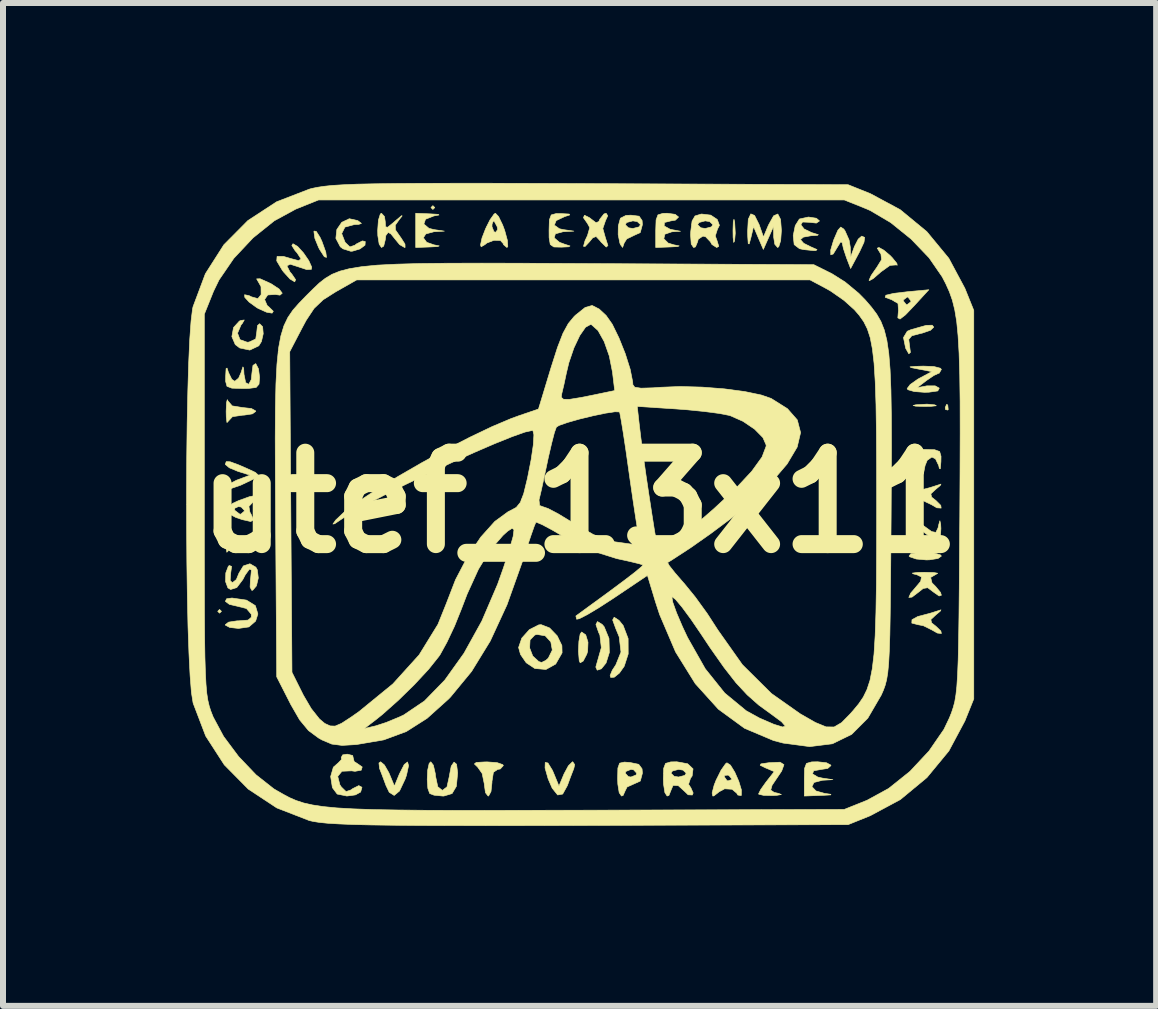
<source format=kicad_pcb>
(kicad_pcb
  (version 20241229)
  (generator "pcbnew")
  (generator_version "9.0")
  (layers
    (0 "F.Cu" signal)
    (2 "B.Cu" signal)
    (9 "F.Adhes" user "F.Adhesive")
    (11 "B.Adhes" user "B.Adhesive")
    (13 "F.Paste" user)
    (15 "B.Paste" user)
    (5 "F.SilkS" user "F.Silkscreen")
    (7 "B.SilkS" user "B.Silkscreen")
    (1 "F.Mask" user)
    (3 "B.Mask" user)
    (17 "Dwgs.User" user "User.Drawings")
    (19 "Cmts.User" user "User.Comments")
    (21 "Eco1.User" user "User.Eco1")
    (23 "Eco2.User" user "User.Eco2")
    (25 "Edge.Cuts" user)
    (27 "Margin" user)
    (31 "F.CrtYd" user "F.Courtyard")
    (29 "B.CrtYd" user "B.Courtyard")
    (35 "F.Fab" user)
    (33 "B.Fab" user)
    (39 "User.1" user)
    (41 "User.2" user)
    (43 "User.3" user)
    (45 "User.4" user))
  (footprint "utef_13x11"
    (layer "F.Cu")
    (at 6.611 5.331)
    (property "Reference" "utef_13x11" (at 0 0 0) (layer "F.SilkS") (effects (font (size 1.524 1.524) (thickness 0.3))))
    (attr through_hole)
    (fp_poly (pts (xy -5.969 1.81) (xy -6.001 1.841) (xy -6.032 1.81) (xy -6.001 1.778) (xy -5.969 1.81)) (stroke (width 0.01) (type solid)) (fill yes) (layer "F.SilkS"))
    (fp_poly (pts (xy -2.413 -4.921) (xy -2.445 -4.889) (xy -2.477 -4.921) (xy -2.445 -4.953) (xy -2.413 -4.921)) (stroke (width 0.01) (type solid)) (fill yes) (layer "F.SilkS"))
    (fp_poly (pts (xy 6.138 -1.63) (xy 6.146 -1.554) (xy 6.138 -1.545) (xy 6.101 -1.554) (xy 6.096 -1.587) (xy 6.119 -1.64) (xy 6.138 -1.63)) (stroke (width 0.01) (type solid)) (fill yes) (layer "F.SilkS"))
    (fp_poly (pts (xy 2.586 -4.682) (xy 2.596 -4.494) (xy 2.585 -4.365) (xy 2.57 -4.339) (xy 2.56 -4.422) (xy 2.558 -4.54) (xy 2.563 -4.684) (xy 2.574 -4.726) (xy 2.586 -4.682)) (stroke (width 0.01) (type solid)) (fill yes) (layer "F.SilkS"))
    (fp_poly (pts (xy 5.922 -1.632) (xy 5.948 -1.617) (xy 5.865 -1.608) (xy 5.747 -1.606) (xy 5.603 -1.61) (xy 5.561 -1.622) (xy 5.605 -1.633) (xy 5.793 -1.644) (xy 5.922 -1.632)) (stroke (width 0.01) (type solid)) (fill yes) (layer "F.SilkS"))
    (fp_poly (pts (xy -4.389 -4.524) (xy -4.326 -4.425) (xy -4.294 -4.356) (xy -4.23 -4.178) (xy -4.218 -4.09) (xy -4.254 -4.101) (xy -4.332 -4.221) (xy -4.349 -4.253) (xy -4.412 -4.407) (xy -4.428 -4.52) (xy -4.426 -4.529) (xy -4.389 -4.524)) (stroke (width 0.01) (type solid)) (fill yes) (layer "F.SilkS"))
    (fp_poly (pts (xy 0.103 2.202) (xy 0.141 2.325) (xy 0.135 2.476) (xy 0.121 2.524) (xy 0.061 2.639) (xy 0.011 2.668) (xy -0.005 2.635) (xy -0.018 2.477) (xy -0.011 2.313) (xy 0.01 2.19) (xy 0.034 2.154) (xy 0.103 2.202)) (stroke (width 0.01) (type solid)) (fill yes) (layer "F.SilkS"))
    (fp_poly (pts (xy 5.915 0.838) (xy 6.018 0.87) (xy 6.032 0.889) (xy 5.976 0.929) (xy 5.836 0.951) (xy 5.782 0.953) (xy 5.613 0.938) (xy 5.505 0.901) (xy 5.493 0.889) (xy 5.523 0.849) (xy 5.661 0.828) (xy 5.743 0.826) (xy 5.915 0.838)) (stroke (width 0.01) (type solid)) (fill yes) (layer "F.SilkS"))
    (fp_poly (pts (xy 0.378 2.029) (xy 0.411 2.068) (xy 0.491 2.263) (xy 0.497 2.496) (xy 0.442 2.671) (xy 0.364 2.768) (xy 0.295 2.791) (xy 0.271 2.739) (xy 0.287 2.683) (xy 0.363 2.416) (xy 0.339 2.205) (xy 0.318 2.161) (xy 0.273 2.03) (xy 0.299 1.98) (xy 0.378 2.029)) (stroke (width 0.01) (type solid)) (fill yes) (layer "F.SilkS"))
    (fp_poly (pts (xy 0.658 1.961) (xy 0.727 2.046) (xy 0.81 2.264) (xy 0.811 2.521) (xy 0.745 2.725) (xy 0.665 2.839) (xy 0.579 2.908) (xy 0.519 2.912) (xy 0.51 2.879) (xy 0.546 2.792) (xy 0.605 2.702) (xy 0.691 2.489) (xy 0.661 2.235) (xy 0.602 2.092) (xy 0.552 1.954) (xy 0.577 1.908) (xy 0.658 1.961)) (stroke (width 0.01) (type solid)) (fill yes) (layer "F.SilkS"))
    (fp_poly (pts (xy 5.905 -2.928) (xy 5.85 -2.875) (xy 5.713 -2.828) (xy 5.684 -2.822) (xy 5.538 -2.783) (xy 5.488 -2.723) (xy 5.5 -2.628) (xy 5.516 -2.506) (xy 5.489 -2.483) (xy 5.438 -2.573) (xy 5.436 -2.577) (xy 5.4 -2.754) (xy 5.463 -2.859) (xy 5.524 -2.885) (xy 5.7 -2.935) (xy 5.779 -2.957) (xy 5.879 -2.96) (xy 5.905 -2.928)) (stroke (width 0.01) (type solid)) (fill yes) (layer "F.SilkS"))
    (fp_poly (pts (xy -5.863 0.492) (xy -5.784 0.546) (xy -5.634 0.571) (xy -5.618 0.572) (xy -5.462 0.589) (xy -5.369 0.631) (xy -5.366 0.635) (xy -5.394 0.677) (xy -5.528 0.697) (xy -5.58 0.699) (xy -5.761 0.716) (xy -5.848 0.775) (xy -5.862 0.81) (xy -5.88 0.825) (xy -5.891 0.734) (xy -5.893 0.667) (xy -5.888 0.529) (xy -5.872 0.48) (xy -5.863 0.492)) (stroke (width 0.01) (type solid)) (fill yes) (layer "F.SilkS"))
    (fp_poly (pts (xy -5.862 -1.699) (xy -5.791 -1.615) (xy -5.623 -1.588) (xy -5.615 -1.587) (xy -5.47 -1.571) (xy -5.399 -1.531) (xy -5.397 -1.524) (xy -5.453 -1.482) (xy -5.59 -1.461) (xy -5.615 -1.46) (xy -5.786 -1.435) (xy -5.861 -1.354) (xy -5.862 -1.349) (xy -5.878 -1.338) (xy -5.889 -1.432) (xy -5.891 -1.524) (xy -5.885 -1.668) (xy -5.872 -1.719) (xy -5.862 -1.699)) (stroke (width 0.01) (type solid)) (fill yes) (layer "F.SilkS"))
    (fp_poly (pts (xy -3.253 4.371) (xy -3.179 4.5) (xy -3.17 4.521) (xy -3.086 4.723) (xy -3.003 4.521) (xy -2.922 4.363) (xy -2.867 4.321) (xy -2.85 4.383) (xy -2.884 4.54) (xy -2.906 4.604) (xy -3.001 4.805) (xy -3.09 4.879) (xy -3.172 4.827) (xy -3.226 4.715) (xy -3.289 4.545) (xy -3.334 4.429) (xy -3.344 4.338) (xy -3.316 4.318) (xy -3.253 4.371)) (stroke (width 0.01) (type solid)) (fill yes) (layer "F.SilkS"))
    (fp_poly (pts (xy -0.081 4.365) (xy -0.095 4.429) (xy -0.151 4.573) (xy -0.203 4.715) (xy -0.281 4.856) (xy -0.365 4.871) (xy -0.456 4.758) (xy -0.523 4.604) (xy -0.575 4.421) (xy -0.572 4.329) (xy -0.527 4.338) (xy -0.452 4.46) (xy -0.426 4.521) (xy -0.343 4.723) (xy -0.259 4.521) (xy -0.186 4.385) (xy -0.119 4.319) (xy -0.113 4.318) (xy -0.081 4.365)) (stroke (width 0.01) (type solid)) (fill yes) (layer "F.SilkS"))
    (fp_poly (pts (xy 6.012 -0.286) (xy 5.941 -0.227) (xy 5.856 -0.148) (xy 5.87 -0.093) (xy 5.941 -0.037) (xy 6.022 0.044) (xy 6.028 0.089) (xy 5.956 0.084) (xy 5.869 0.033) (xy 5.709 -0.043) (xy 5.6 -0.061) (xy 5.499 -0.085) (xy 5.504 -0.135) (xy 5.603 -0.189) (xy 5.666 -0.207) (xy 5.844 -0.253) (xy 5.937 -0.283) (xy 6.025 -0.311) (xy 6.012 -0.286)) (stroke (width 0.01) (type solid)) (fill yes) (layer "F.SilkS"))
    (fp_poly (pts (xy 6.012 1.809) (xy 5.941 1.868) (xy 5.856 1.947) (xy 5.87 2.003) (xy 5.941 2.059) (xy 6.023 2.138) (xy 6.032 2.18) (xy 5.964 2.172) (xy 5.877 2.122) (xy 5.732 2.05) (xy 5.639 2.032) (xy 5.539 2.006) (xy 5.542 1.949) (xy 5.641 1.895) (xy 5.667 1.889) (xy 5.845 1.842) (xy 5.937 1.813) (xy 6.025 1.785) (xy 6.012 1.809)) (stroke (width 0.01) (type solid)) (fill yes) (layer "F.SilkS"))
    (fp_poly (pts (xy -2.492 -4.816) (xy -2.357 -4.808) (xy -2.343 -4.797) (xy -2.429 -4.781) (xy -2.568 -4.726) (xy -2.595 -4.646) (xy -2.511 -4.575) (xy -2.429 -4.554) (xy -2.254 -4.528) (xy -2.429 -4.518) (xy -2.563 -4.481) (xy -2.603 -4.417) (xy -2.548 -4.342) (xy -2.429 -4.3) (xy -2.339 -4.282) (xy -2.364 -4.271) (xy -2.492 -4.264) (xy -2.731 -4.255) (xy -2.731 -4.826) (xy -2.492 -4.816)) (stroke (width 0.01) (type solid)) (fill yes) (layer "F.SilkS"))
    (fp_poly (pts (xy -5.823 -0.683) (xy -5.682 -0.631) (xy -5.557 -0.577) (xy -5.404 -0.506) (xy -5.354 -0.461) (xy -5.393 -0.418) (xy -5.441 -0.392) (xy -5.646 -0.294) (xy -5.807 -0.238) (xy -5.896 -0.234) (xy -5.905 -0.249) (xy -5.852 -0.307) (xy -5.722 -0.374) (xy -5.699 -0.383) (xy -5.493 -0.46) (xy -5.699 -0.525) (xy -5.838 -0.583) (xy -5.905 -0.639) (xy -5.905 -0.644) (xy -5.889 -0.686) (xy -5.823 -0.683)) (stroke (width 0.01) (type solid)) (fill yes) (layer "F.SilkS"))
    (fp_poly (pts (xy -1.375 4.332) (xy -1.28 4.365) (xy -1.27 4.381) (xy -1.321 4.438) (xy -1.365 4.445) (xy -1.436 4.493) (xy -1.46 4.647) (xy -1.46 4.667) (xy -1.476 4.814) (xy -1.516 4.888) (xy -1.524 4.889) (xy -1.568 4.834) (xy -1.587 4.7) (xy -1.587 4.69) (xy -1.624 4.512) (xy -1.699 4.406) (xy -1.753 4.354) (xy -1.722 4.329) (xy -1.586 4.321) (xy -1.54 4.32) (xy -1.375 4.332)) (stroke (width 0.01) (type solid)) (fill yes) (layer "F.SilkS"))
    (fp_poly (pts (xy 5.073 -4.21) (xy 5.178 -4.121) (xy 5.212 -4.086) (xy 5.29 -3.99) (xy 5.296 -3.959) (xy 5.281 -3.965) (xy 5.175 -3.957) (xy 5.023 -3.848) (xy 5.011 -3.837) (xy 4.897 -3.738) (xy 4.832 -3.702) (xy 4.826 -3.709) (xy 4.862 -3.789) (xy 4.948 -3.914) (xy 4.953 -3.92) (xy 5.035 -4.053) (xy 5.024 -4.147) (xy 5.009 -4.168) (xy 4.963 -4.244) (xy 4.992 -4.255) (xy 5.073 -4.21)) (stroke (width 0.01) (type solid)) (fill yes) (layer "F.SilkS"))
    (fp_poly (pts (xy 5.92 -0.884) (xy 6.003 -0.854) (xy 6.026 -0.774) (xy 6.024 -0.683) (xy 6.014 -0.566) (xy 5.998 -0.572) (xy 5.988 -0.619) (xy 5.934 -0.731) (xy 5.874 -0.762) (xy 5.796 -0.708) (xy 5.76 -0.619) (xy 5.732 -0.476) (xy 5.724 -0.619) (xy 5.682 -0.731) (xy 5.623 -0.762) (xy 5.515 -0.801) (xy 5.493 -0.826) (xy 5.523 -0.866) (xy 5.661 -0.887) (xy 5.743 -0.889) (xy 5.92 -0.884)) (stroke (width 0.01) (type solid)) (fill yes) (layer "F.SilkS"))
    (fp_poly (pts (xy -5.552 1.623) (xy -5.404 1.715) (xy -5.362 1.854) (xy -5.4 1.973) (xy -5.512 2.07) (xy -5.685 2.095) (xy -5.831 2.079) (xy -5.904 2.04) (xy -5.905 2.032) (xy -5.85 1.99) (xy -5.712 1.969) (xy -5.679 1.968) (xy -5.526 1.956) (xy -5.471 1.909) (xy -5.473 1.857) (xy -5.553 1.763) (xy -5.7 1.726) (xy -5.837 1.694) (xy -5.904 1.644) (xy -5.884 1.601) (xy -5.794 1.588) (xy -5.552 1.623)) (stroke (width 0.01) (type solid)) (fill yes) (layer "F.SilkS"))
    (fp_poly (pts (xy -5.621 -2.99) (xy -5.643 -2.964) (xy -5.701 -2.827) (xy -5.66 -2.719) (xy -5.539 -2.676) (xy -5.509 -2.679) (xy -5.398 -2.73) (xy -5.381 -2.842) (xy -5.369 -2.953) (xy -5.333 -2.985) (xy -5.283 -2.934) (xy -5.273 -2.817) (xy -5.303 -2.687) (xy -5.347 -2.616) (xy -5.497 -2.545) (xy -5.664 -2.58) (xy -5.739 -2.637) (xy -5.796 -2.77) (xy -5.768 -2.921) (xy -5.67 -3.029) (xy -5.645 -3.039) (xy -5.589 -3.047) (xy -5.621 -2.99)) (stroke (width 0.01) (type solid)) (fill yes) (layer "F.SilkS"))
    (fp_poly (pts (xy -3.698 -4.704) (xy -3.636 -4.657) (xy -3.682 -4.64) (xy -3.756 -4.637) (xy -3.911 -4.595) (xy -3.965 -4.487) (xy -3.908 -4.342) (xy -3.828 -4.265) (xy -3.744 -4.294) (xy -3.72 -4.314) (xy -3.62 -4.365) (xy -3.572 -4.355) (xy -3.576 -4.294) (xy -3.661 -4.231) (xy -3.785 -4.194) (xy -3.813 -4.192) (xy -3.943 -4.233) (xy -3.988 -4.267) (xy -4.062 -4.408) (xy -4.046 -4.555) (xy -3.964 -4.675) (xy -3.838 -4.735) (xy -3.698 -4.704)) (stroke (width 0.01) (type solid)) (fill yes) (layer "F.SilkS"))
    (fp_poly (pts (xy 5.658 0.325) (xy 5.732 0.381) (xy 5.869 0.48) (xy 5.94 0.494) (xy 5.976 0.42) (xy 5.988 0.365) (xy 6.007 0.3) (xy 6.02 0.355) (xy 6.024 0.429) (xy 6.015 0.579) (xy 5.962 0.625) (xy 5.847 0.571) (xy 5.755 0.503) (xy 5.588 0.372) (xy 5.588 0.503) (xy 5.562 0.609) (xy 5.524 0.635) (xy 5.48 0.58) (xy 5.461 0.447) (xy 5.461 0.445) (xy 5.477 0.302) (xy 5.537 0.264) (xy 5.658 0.325)) (stroke (width 0.01) (type solid)) (fill yes) (layer "F.SilkS"))
    (fp_poly (pts (xy 3.408 4.366) (xy 3.37 4.471) (xy 3.309 4.562) (xy 3.209 4.711) (xy 3.187 4.79) (xy 3.243 4.828) (xy 3.318 4.845) (xy 3.365 4.864) (xy 3.29 4.877) (xy 3.223 4.881) (xy 3.07 4.878) (xy 2.988 4.859) (xy 2.985 4.852) (xy 3.02 4.781) (xy 3.106 4.66) (xy 3.115 4.648) (xy 3.246 4.482) (xy 3.099 4.419) (xy 3.011 4.376) (xy 3.024 4.353) (xy 3.152 4.334) (xy 3.165 4.333) (xy 3.343 4.325) (xy 3.408 4.366)) (stroke (width 0.01) (type solid)) (fill yes) (layer "F.SilkS"))
    (fp_poly (pts (xy -2.437 4.374) (xy -2.405 4.513) (xy -2.401 4.556) (xy -2.363 4.734) (xy -2.288 4.794) (xy -2.286 4.794) (xy -2.21 4.737) (xy -2.171 4.561) (xy -2.171 4.556) (xy -2.139 4.391) (xy -2.092 4.323) (xy -2.05 4.359) (xy -2.032 4.503) (xy -2.053 4.726) (xy -2.125 4.848) (xy -2.262 4.889) (xy -2.282 4.889) (xy -2.425 4.875) (xy -2.498 4.847) (xy -2.529 4.76) (xy -2.539 4.613) (xy -2.532 4.459) (xy -2.507 4.346) (xy -2.48 4.318) (xy -2.437 4.374)) (stroke (width 0.01) (type solid)) (fill yes) (layer "F.SilkS"))
    (fp_poly (pts (xy -0.302 -4.82) (xy -0.173 -4.813) (xy -0.163 -4.798) (xy -0.249 -4.77) (xy -0.39 -4.703) (xy -0.42 -4.628) (xy -0.336 -4.568) (xy -0.274 -4.554) (xy -0.095 -4.528) (xy -0.275 -4.518) (xy -0.403 -4.483) (xy -0.422 -4.416) (xy -0.335 -4.342) (xy -0.249 -4.31) (xy -0.159 -4.281) (xy -0.179 -4.267) (xy -0.302 -4.261) (xy -0.428 -4.264) (xy -0.488 -4.305) (xy -0.507 -4.419) (xy -0.508 -4.54) (xy -0.503 -4.716) (xy -0.472 -4.798) (xy -0.389 -4.821) (xy -0.302 -4.82)) (stroke (width 0.01) (type solid)) (fill yes) (layer "F.SilkS"))
    (fp_poly (pts (xy 1.594 -4.808) (xy 1.651 -4.763) (xy 1.651 -4.763) (xy 1.598 -4.711) (xy 1.524 -4.699) (xy 1.415 -4.672) (xy 1.411 -4.614) (xy 1.509 -4.56) (xy 1.54 -4.553) (xy 1.683 -4.526) (xy 1.54 -4.517) (xy 1.423 -4.477) (xy 1.405 -4.401) (xy 1.479 -4.328) (xy 1.572 -4.3) (xy 1.661 -4.282) (xy 1.636 -4.271) (xy 1.508 -4.264) (xy 1.27 -4.255) (xy 1.27 -4.54) (xy 1.276 -4.716) (xy 1.307 -4.799) (xy 1.389 -4.824) (xy 1.46 -4.826) (xy 1.594 -4.808)) (stroke (width 0.01) (type solid)) (fill yes) (layer "F.SilkS"))
    (fp_poly (pts (xy 5.904 1.163) (xy 5.971 1.175) (xy 5.953 1.187) (xy 5.853 1.245) (xy 5.876 1.336) (xy 5.937 1.397) (xy 6.017 1.494) (xy 6.032 1.542) (xy 5.994 1.554) (xy 5.905 1.492) (xy 5.804 1.416) (xy 5.728 1.429) (xy 5.662 1.482) (xy 5.542 1.573) (xy 5.489 1.578) (xy 5.521 1.506) (xy 5.577 1.441) (xy 5.687 1.31) (xy 5.7 1.237) (xy 5.616 1.197) (xy 5.572 1.188) (xy 5.546 1.173) (xy 5.629 1.162) (xy 5.747 1.159) (xy 5.904 1.163)) (stroke (width 0.01) (type solid)) (fill yes) (layer "F.SilkS"))
    (fp_poly (pts (xy 2.918 -4.789) (xy 2.992 -4.641) (xy 2.997 -4.628) (xy 3.066 -4.43) (xy 3.149 -4.628) (xy 3.235 -4.783) (xy 3.305 -4.814) (xy 3.351 -4.724) (xy 3.365 -4.54) (xy 3.353 -4.37) (xy 3.321 -4.268) (xy 3.302 -4.255) (xy 3.255 -4.309) (xy 3.236 -4.429) (xy 3.233 -4.604) (xy 3.064 -4.223) (xy 2.982 -4.413) (xy 2.901 -4.604) (xy 2.855 -4.413) (xy 2.828 -4.315) (xy 2.812 -4.319) (xy 2.804 -4.435) (xy 2.802 -4.524) (xy 2.813 -4.726) (xy 2.855 -4.816) (xy 2.918 -4.789)) (stroke (width 0.01) (type solid)) (fill yes) (layer "F.SilkS"))
    (fp_poly (pts (xy 4.116 4.334) (xy 4.189 4.373) (xy 4.191 4.381) (xy 4.137 4.429) (xy 4.032 4.445) (xy 3.902 4.468) (xy 3.884 4.52) (xy 3.972 4.573) (xy 4.048 4.59) (xy 4.223 4.616) (xy 4.048 4.626) (xy 3.908 4.663) (xy 3.874 4.733) (xy 3.941 4.804) (xy 4.08 4.844) (xy 4.19 4.86) (xy 4.189 4.87) (xy 4.069 4.877) (xy 4.016 4.879) (xy 3.747 4.889) (xy 3.747 4.604) (xy 3.751 4.428) (xy 3.783 4.345) (xy 3.87 4.32) (xy 3.969 4.318) (xy 4.116 4.334)) (stroke (width 0.01) (type solid)) (fill yes) (layer "F.SilkS"))
    (fp_poly (pts (xy 4.404 -4.563) (xy 4.425 -4.534) (xy 4.493 -4.381) (xy 4.514 -4.258) (xy 4.519 -4.096) (xy 4.582 -4.27) (xy 4.646 -4.395) (xy 4.704 -4.445) (xy 4.753 -4.423) (xy 4.742 -4.343) (xy 4.668 -4.184) (xy 4.638 -4.128) (xy 4.519 -3.905) (xy 4.45 -4.084) (xy 4.399 -4.237) (xy 4.377 -4.338) (xy 4.352 -4.348) (xy 4.304 -4.27) (xy 4.229 -4.147) (xy 4.188 -4.133) (xy 4.187 -4.214) (xy 4.235 -4.376) (xy 4.24 -4.388) (xy 4.307 -4.543) (xy 4.354 -4.596) (xy 4.404 -4.563)) (stroke (width 0.01) (type solid)) (fill yes) (layer "F.SilkS"))
    (fp_poly (pts (xy 5.593 -3.3) (xy 5.434 -3.133) (xy 5.342 -3.062) (xy 5.306 -3.083) (xy 5.315 -3.19) (xy 5.317 -3.198) (xy 5.309 -3.323) (xy 5.237 -3.365) (xy 5.397 -3.365) (xy 5.446 -3.304) (xy 5.461 -3.302) (xy 5.523 -3.35) (xy 5.524 -3.365) (xy 5.476 -3.427) (xy 5.461 -3.429) (xy 5.399 -3.381) (xy 5.397 -3.365) (xy 5.237 -3.365) (xy 5.205 -3.384) (xy 5.2 -3.386) (xy 5.095 -3.425) (xy 5.107 -3.46) (xy 5.239 -3.491) (xy 5.468 -3.518) (xy 5.823 -3.551) (xy 5.593 -3.3)) (stroke (width 0.01) (type solid)) (fill yes) (layer "F.SilkS"))
    (fp_poly (pts (xy -5.361 -0.093) (xy -5.428 -0.028) (xy -5.512 0.061) (xy -5.495 0.157) (xy -5.475 0.192) (xy -5.435 0.284) (xy -5.481 0.313) (xy -5.623 0.281) (xy -5.731 0.244) (xy -5.871 0.17) (xy -5.887 0.094) (xy -5.753 0.094) (xy -5.747 0.127) (xy -5.666 0.188) (xy -5.648 0.191) (xy -5.59 0.142) (xy -5.588 0.127) (xy -5.64 0.071) (xy -5.687 0.064) (xy -5.753 0.094) (xy -5.887 0.094) (xy -5.887 0.093) (xy -5.778 0.008) (xy -5.685 -0.035) (xy -5.497 -0.103) (xy -5.384 -0.122) (xy -5.361 -0.093)) (stroke (width 0.01) (type solid)) (fill yes) (layer "F.SilkS"))
    (fp_poly (pts (xy -5.167 -3.663) (xy -5.14 -3.65) (xy -5.008 -3.563) (xy -4.956 -3.493) (xy -4.994 -3.461) (xy -5.073 -3.472) (xy -5.198 -3.464) (xy -5.25 -3.388) (xy -5.207 -3.288) (xy -5.181 -3.267) (xy -5.105 -3.192) (xy -5.125 -3.161) (xy -5.216 -3.176) (xy -5.355 -3.238) (xy -5.382 -3.254) (xy -5.509 -3.346) (xy -5.58 -3.424) (xy -5.584 -3.468) (xy -5.51 -3.453) (xy -5.467 -3.432) (xy -5.362 -3.403) (xy -5.308 -3.47) (xy -5.31 -3.603) (xy -5.341 -3.659) (xy -5.383 -3.732) (xy -5.325 -3.734) (xy -5.167 -3.663)) (stroke (width 0.01) (type solid)) (fill yes) (layer "F.SilkS"))
    (fp_poly (pts (xy -4.7 -4.273) (xy -4.602 -4.165) (xy -4.514 -4.037) (xy -4.465 -3.929) (xy -4.47 -3.891) (xy -4.548 -3.887) (xy -4.675 -3.929) (xy -4.824 -3.977) (xy -4.878 -3.949) (xy -4.829 -3.851) (xy -4.795 -3.81) (xy -4.733 -3.719) (xy -4.748 -3.683) (xy -4.827 -3.73) (xy -4.933 -3.847) (xy -4.956 -3.877) (xy -5.048 -4.032) (xy -5.042 -4.107) (xy -4.936 -4.107) (xy -4.829 -4.075) (xy -4.682 -4.036) (xy -4.643 -4.065) (xy -4.708 -4.165) (xy -4.741 -4.202) (xy -4.796 -4.288) (xy -4.777 -4.318) (xy -4.7 -4.273)) (stroke (width 0.01) (type solid)) (fill yes) (layer "F.SilkS"))
    (fp_poly (pts (xy 0.47 -4.784) (xy 0.433 -4.704) (xy 0.388 -4.572) (xy 0.431 -4.418) (xy 0.473 -4.288) (xy 0.445 -4.262) (xy 0.359 -4.346) (xy 0.344 -4.366) (xy 0.276 -4.439) (xy 0.218 -4.415) (xy 0.165 -4.35) (xy 0.093 -4.273) (xy 0.066 -4.275) (xy 0.091 -4.367) (xy 0.133 -4.456) (xy 0.17 -4.586) (xy 0.133 -4.655) (xy 0.065 -4.752) (xy 0.083 -4.793) (xy 0.17 -4.749) (xy 0.183 -4.738) (xy 0.275 -4.668) (xy 0.322 -4.688) (xy 0.339 -4.728) (xy 0.407 -4.814) (xy 0.443 -4.826) (xy 0.47 -4.784)) (stroke (width 0.01) (type solid)) (fill yes) (layer "F.SilkS"))
    (fp_poly (pts (xy 0.993 -4.777) (xy 1.043 -4.705) (xy 1.048 -4.636) (xy 1.012 -4.504) (xy 0.909 -4.457) (xy 0.787 -4.398) (xy 0.744 -4.33) (xy 0.718 -4.256) (xy 0.684 -4.301) (xy 0.672 -4.329) (xy 0.644 -4.47) (xy 0.646 -4.614) (xy 0.652 -4.636) (xy 0.762 -4.636) (xy 0.815 -4.584) (xy 0.889 -4.572) (xy 0.992 -4.599) (xy 1.016 -4.636) (xy 0.963 -4.687) (xy 0.889 -4.699) (xy 0.786 -4.672) (xy 0.762 -4.636) (xy 0.652 -4.636) (xy 0.681 -4.743) (xy 0.774 -4.79) (xy 0.857 -4.794) (xy 0.993 -4.777)) (stroke (width 0.01) (type solid)) (fill yes) (layer "F.SilkS"))
    (fp_poly (pts (xy 5.907 -2.271) (xy 6.015 -2.243) (xy 6.032 -2.223) (xy 5.996 -2.16) (xy 5.985 -2.158) (xy 5.905 -2.121) (xy 5.782 -2.037) (xy 5.627 -1.918) (xy 5.791 -1.949) (xy 5.928 -1.949) (xy 5.997 -1.911) (xy 5.972 -1.864) (xy 5.824 -1.843) (xy 5.75 -1.841) (xy 5.579 -1.854) (xy 5.475 -1.884) (xy 5.461 -1.903) (xy 5.512 -1.971) (xy 5.637 -2.059) (xy 5.667 -2.076) (xy 5.874 -2.186) (xy 5.652 -2.228) (xy 5.528 -2.253) (xy 5.509 -2.266) (xy 5.603 -2.274) (xy 5.731 -2.278) (xy 5.907 -2.271)) (stroke (width 0.01) (type solid)) (fill yes) (layer "F.SilkS"))
    (fp_poly (pts (xy -5.397 -2.318) (xy -5.352 -2.232) (xy -5.334 -2.092) (xy -5.343 -1.977) (xy -5.391 -1.922) (xy -5.515 -1.906) (xy -5.62 -1.905) (xy -5.795 -1.91) (xy -5.877 -1.941) (xy -5.9 -2.024) (xy -5.899 -2.111) (xy -5.892 -2.237) (xy -5.876 -2.245) (xy -5.852 -2.171) (xy -5.797 -2.058) (xy -5.747 -2.025) (xy -5.683 -2.078) (xy -5.642 -2.171) (xy -5.612 -2.265) (xy -5.599 -2.243) (xy -5.594 -2.143) (xy -5.566 -2.003) (xy -5.515 -1.975) (xy -5.472 -2.054) (xy -5.461 -2.163) (xy -5.444 -2.29) (xy -5.4 -2.319) (xy -5.397 -2.318)) (stroke (width 0.01) (type solid)) (fill yes) (layer "F.SilkS"))
    (fp_poly (pts (xy 0.841 4.33) (xy 0.986 4.36) (xy 1.042 4.435) (xy 1.048 4.508) (xy 1.013 4.639) (xy 0.905 4.688) (xy 0.793 4.738) (xy 0.762 4.799) (xy 0.726 4.88) (xy 0.699 4.889) (xy 0.661 4.833) (xy 0.638 4.689) (xy 0.635 4.6) (xy 0.637 4.508) (xy 0.762 4.508) (xy 0.813 4.565) (xy 0.857 4.572) (xy 0.942 4.538) (xy 0.953 4.508) (xy 0.901 4.452) (xy 0.857 4.445) (xy 0.773 4.479) (xy 0.762 4.508) (xy 0.637 4.508) (xy 0.639 4.423) (xy 0.668 4.341) (xy 0.747 4.323) (xy 0.841 4.33)) (stroke (width 0.01) (type solid)) (fill yes) (layer "F.SilkS"))
    (fp_poly (pts (xy 3.948 -4.743) (xy 4 -4.698) (xy 3.948 -4.662) (xy 3.833 -4.675) (xy 3.717 -4.68) (xy 3.69 -4.633) (xy 3.744 -4.564) (xy 3.872 -4.502) (xy 3.878 -4.501) (xy 3.981 -4.469) (xy 3.966 -4.457) (xy 3.858 -4.451) (xy 3.731 -4.428) (xy 3.683 -4.387) (xy 3.736 -4.326) (xy 3.858 -4.265) (xy 3.959 -4.221) (xy 3.941 -4.204) (xy 3.905 -4.203) (xy 3.738 -4.22) (xy 3.667 -4.235) (xy 3.578 -4.303) (xy 3.562 -4.453) (xy 3.596 -4.62) (xy 3.665 -4.73) (xy 3.811 -4.762) (xy 3.817 -4.763) (xy 3.948 -4.743)) (stroke (width 0.01) (type solid)) (fill yes) (layer "F.SilkS"))
    (fp_poly (pts (xy -5.396 1.074) (xy -5.371 1.12) (xy -5.355 1.254) (xy -5.386 1.385) (xy -5.448 1.458) (xy -5.464 1.46) (xy -5.492 1.406) (xy -5.486 1.274) (xy -5.482 1.254) (xy -5.47 1.122) (xy -5.502 1.105) (xy -5.573 1.203) (xy -5.613 1.28) (xy -5.714 1.414) (xy -5.817 1.446) (xy -5.862 1.419) (xy -5.901 1.314) (xy -5.897 1.17) (xy -5.855 1.06) (xy -5.839 1.046) (xy -5.8 1.061) (xy -5.815 1.169) (xy -5.824 1.297) (xy -5.787 1.333) (xy -5.721 1.28) (xy -5.678 1.175) (xy -5.604 1.053) (xy -5.495 1.017) (xy -5.396 1.074)) (stroke (width 0.01) (type solid)) (fill yes) (layer "F.SilkS"))
    (fp_poly (pts (xy -3.782 4.213) (xy -3.774 4.248) (xy -3.757 4.315) (xy -3.714 4.341) (xy -3.623 4.404) (xy -3.639 4.458) (xy -3.743 4.477) (xy -3.801 4.469) (xy -3.961 4.476) (xy -4.031 4.562) (xy -3.995 4.702) (xy -3.971 4.738) (xy -3.892 4.815) (xy -3.808 4.786) (xy -3.784 4.767) (xy -3.68 4.715) (xy -3.627 4.743) (xy -3.649 4.822) (xy -3.736 4.87) (xy -3.879 4.889) (xy -4.04 4.856) (xy -4.12 4.749) (xy -4.149 4.563) (xy -4.104 4.408) (xy -4.024 4.338) (xy -3.966 4.278) (xy -3.973 4.248) (xy -3.949 4.203) (xy -3.873 4.191) (xy -3.782 4.213)) (stroke (width 0.01) (type solid)) (fill yes) (layer "F.SilkS"))
    (fp_poly (pts (xy -0.499 2.087) (xy -0.372 2.219) (xy -0.294 2.381) (xy -0.291 2.502) (xy -0.398 2.689) (xy -0.56 2.779) (xy -0.745 2.763) (xy -0.889 2.667) (xy -0.984 2.529) (xy -1.014 2.42) (xy -0.832 2.42) (xy -0.78 2.555) (xy -0.679 2.648) (xy -0.632 2.662) (xy -0.563 2.628) (xy -0.521 2.591) (xy -0.454 2.456) (xy -0.479 2.319) (xy -0.572 2.218) (xy -0.71 2.195) (xy -0.746 2.205) (xy -0.825 2.287) (xy -0.832 2.42) (xy -1.014 2.42) (xy -1.016 2.413) (xy -0.963 2.257) (xy -0.836 2.115) (xy -0.681 2.036) (xy -0.64 2.032) (xy -0.499 2.087)) (stroke (width 0.01) (type solid)) (fill yes) (layer "F.SilkS"))
    (fp_poly (pts (xy -3.252 -4.772) (xy -3.239 -4.688) (xy -3.234 -4.601) (xy -3.2 -4.592) (xy -3.109 -4.665) (xy -3.064 -4.704) (xy -2.967 -4.786) (xy -2.957 -4.782) (xy -3.002 -4.725) (xy -3.072 -4.627) (xy -3.068 -4.547) (xy -2.986 -4.429) (xy -2.981 -4.423) (xy -2.91 -4.312) (xy -2.908 -4.256) (xy -2.916 -4.255) (xy -2.999 -4.303) (xy -3.063 -4.381) (xy -3.143 -4.48) (xy -3.19 -4.508) (xy -3.229 -4.455) (xy -3.239 -4.381) (xy -3.265 -4.278) (xy -3.302 -4.255) (xy -3.34 -4.311) (xy -3.363 -4.455) (xy -3.365 -4.54) (xy -3.353 -4.711) (xy -3.321 -4.813) (xy -3.302 -4.826) (xy -3.252 -4.772)) (stroke (width 0.01) (type solid)) (fill yes) (layer "F.SilkS"))
    (fp_poly (pts (xy -1.35 -4.771) (xy -1.283 -4.633) (xy -1.248 -4.54) (xy -1.203 -4.375) (xy -1.196 -4.272) (xy -1.21 -4.255) (xy -1.268 -4.303) (xy -1.27 -4.318) (xy -1.319 -4.372) (xy -1.428 -4.375) (xy -1.545 -4.33) (xy -1.575 -4.305) (xy -1.64 -4.267) (xy -1.651 -4.298) (xy -1.626 -4.414) (xy -1.566 -4.569) (xy -1.549 -4.604) (xy -1.46 -4.604) (xy -1.427 -4.519) (xy -1.399 -4.508) (xy -1.364 -4.555) (xy -1.374 -4.604) (xy -1.419 -4.687) (xy -1.436 -4.699) (xy -1.458 -4.647) (xy -1.46 -4.604) (xy -1.549 -4.604) (xy -1.492 -4.717) (xy -1.425 -4.812) (xy -1.402 -4.826) (xy -1.35 -4.771)) (stroke (width 0.01) (type solid)) (fill yes) (layer "F.SilkS"))
    (fp_poly (pts (xy 2.516 4.374) (xy 2.588 4.491) (xy 2.655 4.644) (xy 2.698 4.786) (xy 2.697 4.876) (xy 2.693 4.882) (xy 2.638 4.872) (xy 2.621 4.842) (xy 2.542 4.776) (xy 2.419 4.768) (xy 2.321 4.821) (xy 2.318 4.826) (xy 2.239 4.887) (xy 2.221 4.889) (xy 2.21 4.838) (xy 2.244 4.707) (xy 2.277 4.623) (xy 2.305 4.568) (xy 2.413 4.568) (xy 2.459 4.633) (xy 2.477 4.636) (xy 2.538 4.614) (xy 2.54 4.607) (xy 2.496 4.553) (xy 2.477 4.54) (xy 2.418 4.545) (xy 2.413 4.568) (xy 2.305 4.568) (xy 2.359 4.459) (xy 2.434 4.352) (xy 2.457 4.335) (xy 2.516 4.374)) (stroke (width 0.01) (type solid)) (fill yes) (layer "F.SilkS"))
    (fp_poly (pts (xy 1.802 4.351) (xy 1.892 4.436) (xy 1.877 4.555) (xy 1.85 4.593) (xy 1.817 4.693) (xy 1.855 4.75) (xy 1.894 4.838) (xy 1.88 4.872) (xy 1.81 4.868) (xy 1.75 4.81) (xy 1.646 4.716) (xy 1.559 4.711) (xy 1.524 4.794) (xy 1.49 4.879) (xy 1.46 4.889) (xy 1.423 4.833) (xy 1.4 4.689) (xy 1.397 4.604) (xy 1.4 4.508) (xy 1.524 4.508) (xy 1.577 4.56) (xy 1.651 4.572) (xy 1.754 4.545) (xy 1.778 4.508) (xy 1.725 4.457) (xy 1.651 4.445) (xy 1.548 4.472) (xy 1.524 4.508) (xy 1.4 4.508) (xy 1.402 4.428) (xy 1.434 4.345) (xy 1.521 4.32) (xy 1.621 4.318) (xy 1.802 4.351)) (stroke (width 0.01) (type solid)) (fill yes) (layer "F.SilkS"))
    (fp_poly (pts (xy 2.187 -4.795) (xy 2.296 -4.722) (xy 2.332 -4.625) (xy 2.299 -4.56) (xy 2.263 -4.448) (xy 2.291 -4.372) (xy 2.321 -4.274) (xy 2.286 -4.255) (xy 2.207 -4.305) (xy 2.182 -4.35) (xy 2.102 -4.434) (xy 2.057 -4.445) (xy 1.979 -4.394) (xy 1.968 -4.35) (xy 1.932 -4.265) (xy 1.901 -4.255) (xy 1.862 -4.312) (xy 1.851 -4.464) (xy 1.854 -4.524) (xy 1.868 -4.636) (xy 1.968 -4.636) (xy 2.022 -4.584) (xy 2.095 -4.572) (xy 2.199 -4.599) (xy 2.223 -4.636) (xy 2.169 -4.687) (xy 2.095 -4.699) (xy 1.992 -4.672) (xy 1.968 -4.636) (xy 1.868 -4.636) (xy 1.876 -4.697) (xy 1.925 -4.781) (xy 2.026 -4.812) (xy 2.037 -4.813) (xy 2.187 -4.795)) (stroke (width 0.01) (type solid)) (fill yes) (layer "F.SilkS"))
    (fp_poly (pts (xy -1.484 -5.326) (xy -0.757 -5.324) (xy 0.086 -5.321) (xy 0.2 -5.32) (xy 4.477 -5.302) (xy 4.848 -5.153) (xy 5.345 -4.886) (xy 5.789 -4.52) (xy 6.156 -4.075) (xy 6.423 -3.576) (xy 6.424 -3.574) (xy 6.572 -3.207) (xy 6.572 3.27) (xy 6.424 3.637) (xy 6.157 4.137) (xy 5.791 4.581) (xy 5.348 4.948) (xy 4.85 5.215) (xy 4.848 5.216) (xy 4.477 5.366) (xy 0.159 5.379) (xy -0.71 5.381) (xy -1.461 5.382) (xy -2.103 5.381) (xy -2.646 5.38) (xy -3.099 5.376) (xy -3.472 5.371) (xy -3.772 5.364) (xy -4.01 5.354) (xy -4.195 5.343) (xy -4.336 5.329) (xy -4.442 5.312) (xy -4.507 5.297) (xy -5.047 5.087) (xy -5.523 4.773) (xy -5.922 4.369) (xy -6.232 3.889) (xy -6.44 3.344) (xy -6.443 3.332) (xy -6.47 3.162) (xy -6.492 2.883) (xy -6.511 2.51) (xy -6.527 2.06) (xy -6.538 1.549) (xy -6.546 0.994) (xy -6.55 0.412) (xy -6.551 -0.18) (xy -6.548 -0.767) (xy -6.541 -1.331) (xy -6.53 -1.856) (xy -6.516 -2.325) (xy -6.498 -2.722) (xy -6.476 -3.03) (xy -6.462 -3.143) (xy -6.255 -3.143) (xy -6.255 0.032) (xy -6.255 0.748) (xy -6.254 1.349) (xy -6.253 1.845) (xy -6.25 2.25) (xy -6.245 2.574) (xy -6.237 2.828) (xy -6.227 3.025) (xy -6.214 3.176) (xy -6.196 3.293) (xy -6.174 3.386) (xy -6.148 3.468) (xy -6.116 3.55) (xy -6.107 3.572) (xy -5.934 3.895) (xy -5.684 4.23) (xy -5.393 4.535) (xy -5.098 4.768) (xy -5.054 4.794) (xy -4.941 4.859) (xy -4.834 4.916) (xy -4.723 4.964) (xy -4.598 5.005) (xy -4.45 5.038) (xy -4.27 5.065) (xy -4.046 5.087) (xy -3.771 5.103) (xy -3.433 5.115) (xy -3.024 5.122) (xy -2.533 5.127) (xy -1.952 5.129) (xy -1.269 5.128) (xy -0.476 5.126) (xy 0.159 5.125) (xy 4.413 5.112) (xy 4.794 4.959) (xy 5.152 4.763) (xy 5.508 4.478) (xy 5.826 4.138) (xy 6.074 3.778) (xy 6.165 3.588) (xy 6.201 3.498) (xy 6.23 3.411) (xy 6.255 3.317) (xy 6.274 3.203) (xy 6.29 3.057) (xy 6.302 2.867) (xy 6.312 2.62) (xy 6.319 2.305) (xy 6.325 1.91) (xy 6.33 1.422) (xy 6.334 0.83) (xy 6.339 0.222) (xy 6.343 -0.527) (xy 6.345 -1.162) (xy 6.344 -1.693) (xy 6.338 -2.132) (xy 6.327 -2.493) (xy 6.31 -2.785) (xy 6.287 -3.022) (xy 6.255 -3.216) (xy 6.215 -3.377) (xy 6.165 -3.518) (xy 6.105 -3.651) (xy 6.045 -3.767) (xy 5.827 -4.083) (xy 5.527 -4.396) (xy 5.186 -4.671) (xy 4.845 -4.872) (xy 4.781 -4.9) (xy 4.413 -5.048) (xy -4.35 -5.048) (xy -4.731 -4.895) (xy -5.089 -4.7) (xy -5.444 -4.415) (xy -5.763 -4.075) (xy -6.01 -3.714) (xy -6.102 -3.524) (xy -6.255 -3.143) (xy -6.462 -3.143) (xy -6.451 -3.232) (xy -6.443 -3.268) (xy -6.237 -3.818) (xy -5.929 -4.301) (xy -5.529 -4.704) (xy -5.05 -5.017) (xy -4.504 -5.228) (xy -4.465 -5.239) (xy -4.374 -5.258) (xy -4.263 -5.275) (xy -4.121 -5.29) (xy -3.94 -5.301) (xy -3.71 -5.311) (xy -3.421 -5.317) (xy -3.063 -5.322) (xy -2.627 -5.325) (xy -2.104 -5.326) (xy -1.484 -5.326)) (stroke (width 0.01) (type solid)) (fill yes) (layer "F.SilkS"))
    (fp_poly (pts (xy -0.966 -3.993) (xy -0.188 -3.989) (xy 0.195 -3.987) (xy 3.905 -3.969) (xy 4.208 -3.818) (xy 4.427 -3.68) (xy 4.654 -3.492) (xy 4.765 -3.379) (xy 4.868 -3.259) (xy 4.954 -3.144) (xy 5.024 -3.022) (xy 5.08 -2.88) (xy 5.123 -2.707) (xy 5.155 -2.49) (xy 5.177 -2.217) (xy 5.191 -1.875) (xy 5.198 -1.453) (xy 5.2 -0.937) (xy 5.197 -0.316) (xy 5.194 0.232) (xy 5.189 0.883) (xy 5.184 1.419) (xy 5.179 1.854) (xy 5.173 2.2) (xy 5.164 2.47) (xy 5.153 2.677) (xy 5.138 2.833) (xy 5.119 2.95) (xy 5.095 3.043) (xy 5.066 3.123) (xy 5.031 3.203) (xy 5.029 3.207) (xy 4.805 3.592) (xy 4.536 3.861) (xy 4.215 4.018) (xy 3.837 4.065) (xy 3.393 4.006) (xy 3.234 3.964) (xy 2.751 3.76) (xy 2.314 3.441) (xy 1.929 3.015) (xy 1.601 2.487) (xy 1.335 1.864) (xy 1.265 1.65) (xy 1.242 1.573) (xy 1.539 1.573) (xy 1.555 1.661) (xy 1.617 1.834) (xy 1.715 2.064) (xy 1.801 2.247) (xy 2.096 2.768) (xy 2.42 3.172) (xy 2.779 3.468) (xy 3.001 3.59) (xy 3.242 3.694) (xy 3.387 3.738) (xy 3.43 3.723) (xy 3.368 3.651) (xy 3.206 3.531) (xy 2.987 3.372) (xy 2.795 3.202) (xy 2.608 3.001) (xy 2.409 2.746) (xy 2.176 2.415) (xy 2.027 2.191) (xy 1.856 1.94) (xy 1.709 1.741) (xy 1.601 1.612) (xy 1.544 1.568) (xy 1.539 1.573) (xy 1.242 1.573) (xy 1.132 1.211) (xy 0.561 1.595) (xy 0.326 1.747) (xy 0.131 1.864) (xy -0.002 1.932) (xy -0.048 1.942) (xy -0.061 1.888) (xy -0.058 1.885) (xy 0.001 1.842) (xy 0.14 1.74) (xy 0.338 1.596) (xy 0.522 1.461) (xy 0.745 1.295) (xy 0.922 1.159) (xy 1.032 1.067) (xy 1.058 1.037) (xy 0.992 1.016) (xy 0.835 0.978) (xy 0.621 0.931) (xy 0.617 0.93) (xy 0.192 0.796) (xy -0.244 0.578) (xy -0.255 0.571) (xy -0.463 0.45) (xy -0.627 0.363) (xy -0.718 0.325) (xy -0.728 0.326) (xy -0.756 0.393) (xy -0.813 0.555) (xy -0.89 0.785) (xy -0.954 0.985) (xy -1.209 1.7) (xy -1.488 2.304) (xy -1.799 2.811) (xy -2.149 3.236) (xy -2.187 3.275) (xy -2.542 3.594) (xy -2.888 3.814) (xy -3.264 3.953) (xy -3.709 4.029) (xy -3.722 4.031) (xy -3.959 4.045) (xy -4.13 4.023) (xy -4.293 3.954) (xy -4.35 3.922) (xy -4.519 3.797) (xy -4.546 3.764) (xy -3.588 3.764) (xy -3.397 3.719) (xy -3.222 3.662) (xy -3.007 3.573) (xy -2.93 3.537) (xy -2.585 3.304) (xy -2.247 2.957) (xy -1.926 2.508) (xy -1.629 1.972) (xy -1.366 1.359) (xy -1.268 1.083) (xy -1.165 0.768) (xy -1.107 0.561) (xy -1.093 0.45) (xy -1.123 0.425) (xy -1.199 0.474) (xy -1.276 0.544) (xy -1.49 0.789) (xy -1.685 1.108) (xy -1.873 1.52) (xy -1.972 1.778) (xy -2.084 2.057) (xy -2.21 2.324) (xy -2.324 2.531) (xy -2.346 2.563) (xy -2.516 2.776) (xy -2.753 3.031) (xy -3.021 3.293) (xy -3.285 3.528) (xy -3.397 3.618) (xy -3.588 3.764) (xy -4.546 3.764) (xy -4.666 3.619) (xy -4.818 3.355) (xy -4.826 3.338) (xy -5.048 2.902) (xy -5.067 0.234) (xy -5.071 -0.48) (xy -5.073 -1.079) (xy -5.07 -1.576) (xy -5.061 -1.982) (xy -5.044 -2.311) (xy -5.023 -2.519) (xy -4.831 -2.519) (xy -4.813 0.153) (xy -4.794 2.826) (xy -4.604 3.207) (xy -4.473 3.431) (xy -4.336 3.604) (xy -4.247 3.679) (xy -4.157 3.72) (xy -4.074 3.723) (xy -3.967 3.677) (xy -3.806 3.572) (xy -3.675 3.48) (xy -3.112 3.02) (xy -2.674 2.536) (xy -2.36 2.026) (xy -2.222 1.683) (xy -2.067 1.282) (xy -1.869 0.903) (xy -1.646 0.572) (xy -1.413 0.312) (xy -1.189 0.148) (xy -1.151 0.13) (xy -1.054 0.077) (xy -0.986 -0.007) (xy -0.971 -0.048) (xy -0.676 -0.048) (xy -0.665 0.046) (xy -0.617 0.064) (xy -0.524 0.096) (xy -0.358 0.183) (xy -0.154 0.307) (xy -0.121 0.329) (xy 0.231 0.53) (xy 0.552 0.646) (xy 0.874 0.691) (xy 0.979 0.675) (xy 0.992 0.587) (xy 0.986 0.556) (xy 0.966 0.444) (xy 0.933 0.233) (xy 0.89 -0.052) (xy 0.842 -0.384) (xy 0.82 -0.54) (xy 0.773 -0.872) (xy 0.73 -1.157) (xy 0.695 -1.371) (xy 0.672 -1.494) (xy 0.666 -1.514) (xy 0.591 -1.517) (xy 0.431 -1.493) (xy 0.222 -1.449) (xy -0.001 -1.395) (xy -0.201 -1.338) (xy -0.341 -1.289) (xy -0.386 -1.261) (xy -0.419 -1.17) (xy -0.466 -0.988) (xy -0.521 -0.751) (xy -0.537 -0.675) (xy -0.591 -0.421) (xy -0.638 -0.206) (xy -0.671 -0.067) (xy -0.676 -0.048) (xy -0.971 -0.048) (xy -0.931 -0.151) (xy -0.873 -0.388) (xy -0.866 -0.419) (xy -0.807 -0.717) (xy -0.771 -0.963) (xy -0.761 -1.133) (xy -0.778 -1.205) (xy -0.783 -1.206) (xy -0.907 -1.179) (xy -1.124 -1.102) (xy -1.415 -0.985) (xy -1.758 -0.837) (xy -2.135 -0.667) (xy -2.527 -0.484) (xy -2.911 -0.299) (xy -3.271 -0.119) (xy -3.584 0.046) (xy -3.832 0.187) (xy -3.963 0.27) (xy -4.082 0.35) (xy -4.111 0.355) (xy -4.065 0.289) (xy -4.064 0.288) (xy -3.926 0.157) (xy -3.693 -0.016) (xy -3.386 -0.218) (xy -3.025 -0.439) (xy -2.632 -0.666) (xy -2.227 -0.888) (xy -1.829 -1.092) (xy -1.461 -1.268) (xy -1.142 -1.403) (xy -1.019 -1.448) (xy -0.685 -1.562) (xy -0.671 -1.606) (xy 0.962 -1.606) (xy 0.993 -1.327) (xy 1.022 -1.084) (xy 1.062 -0.787) (xy 1.108 -0.459) (xy 1.158 -0.125) (xy 1.206 0.189) (xy 1.249 0.46) (xy 1.284 0.66) (xy 1.307 0.767) (xy 1.311 0.777) (xy 1.353 0.79) (xy 1.441 0.75) (xy 1.585 0.649) (xy 1.796 0.479) (xy 2.085 0.234) (xy 2.238 0.101) (xy 2.6 -0.235) (xy 2.87 -0.524) (xy 3.042 -0.762) (xy 3.11 -0.941) (xy 3.111 -0.962) (xy 3.057 -1.086) (xy 2.918 -1.227) (xy 2.726 -1.357) (xy 2.516 -1.45) (xy 2.492 -1.457) (xy 2.326 -1.489) (xy 2.075 -1.522) (xy 1.779 -1.551) (xy 1.609 -1.564) (xy 0.962 -1.606) (xy -0.671 -1.606) (xy -0.625 -1.758) (xy -0.304 -1.758) (xy -0.267 -1.725) (xy -0.165 -1.724) (xy 0.025 -1.755) (xy 0.21 -1.792) (xy 0.586 -1.87) (xy 0.549 -2.179) (xy 0.496 -2.446) (xy 0.411 -2.687) (xy 0.308 -2.871) (xy 0.202 -2.966) (xy 0.184 -2.972) (xy 0.101 -2.927) (xy 0.004 -2.788) (xy -0.094 -2.581) (xy -0.178 -2.335) (xy -0.22 -2.159) (xy -0.259 -1.975) (xy -0.293 -1.832) (xy -0.295 -1.826) (xy -0.304 -1.758) (xy -0.625 -1.758) (xy -0.474 -2.256) (xy -0.367 -2.59) (xy -0.276 -2.825) (xy -0.187 -2.988) (xy -0.09 -3.105) (xy -0.067 -3.127) (xy 0.093 -3.255) (xy 0.21 -3.289) (xy 0.328 -3.229) (xy 0.443 -3.122) (xy 0.545 -2.977) (xy 0.656 -2.75) (xy 0.762 -2.485) (xy 0.844 -2.226) (xy 0.886 -2.015) (xy 0.889 -1.968) (xy 0.92 -1.926) (xy 1.025 -1.91) (xy 1.227 -1.916) (xy 1.349 -1.925) (xy 1.677 -1.938) (xy 2.043 -1.928) (xy 2.413 -1.899) (xy 2.753 -1.854) (xy 3.03 -1.796) (xy 3.194 -1.739) (xy 3.466 -1.568) (xy 3.63 -1.381) (xy 3.685 -1.17) (xy 3.628 -0.928) (xy 3.461 -0.647) (xy 3.181 -0.319) (xy 3.023 -0.159) (xy 2.806 0.035) (xy 2.515 0.269) (xy 2.183 0.517) (xy 1.847 0.753) (xy 1.54 0.953) (xy 1.468 0.997) (xy 1.495 1.047) (xy 1.589 1.166) (xy 1.729 1.328) (xy 1.742 1.342) (xy 1.928 1.57) (xy 2.13 1.849) (xy 2.305 2.12) (xy 2.715 2.7) (xy 3.199 3.18) (xy 3.68 3.519) (xy 3.932 3.663) (xy 4.11 3.736) (xy 4.244 3.738) (xy 4.369 3.665) (xy 4.515 3.516) (xy 4.561 3.464) (xy 4.653 3.353) (xy 4.73 3.24) (xy 4.792 3.113) (xy 4.842 2.96) (xy 4.88 2.767) (xy 4.909 2.523) (xy 4.928 2.215) (xy 4.941 1.829) (xy 4.949 1.355) (xy 4.952 0.778) (xy 4.953 0.095) (xy 4.952 -0.593) (xy 4.949 -1.166) (xy 4.942 -1.638) (xy 4.929 -2.019) (xy 4.91 -2.324) (xy 4.882 -2.564) (xy 4.846 -2.751) (xy 4.798 -2.898) (xy 4.738 -3.018) (xy 4.664 -3.123) (xy 4.583 -3.217) (xy 4.408 -3.374) (xy 4.192 -3.525) (xy 4.121 -3.566) (xy 3.842 -3.715) (xy -3.715 -3.715) (xy -4.064 -3.517) (xy -4.274 -3.384) (xy -4.425 -3.24) (xy -4.557 -3.041) (xy -4.622 -2.92) (xy -4.831 -2.519) (xy -5.023 -2.519) (xy -5.018 -2.573) (xy -4.979 -2.782) (xy -4.928 -2.95) (xy -4.862 -3.088) (xy -4.779 -3.21) (xy -4.677 -3.326) (xy -4.556 -3.451) (xy -4.543 -3.464) (xy -4.435 -3.571) (xy -4.337 -3.664) (xy -4.237 -3.742) (xy -4.127 -3.808) (xy -3.995 -3.861) (xy -3.833 -3.903) (xy -3.628 -3.936) (xy -3.373 -3.961) (xy -3.055 -3.977) (xy -2.666 -3.988) (xy -2.195 -3.993) (xy -1.631 -3.994) (xy -0.966 -3.993)) (stroke (width 0.01) (type solid)) (fill yes) (layer "F.SilkS")))
  (gr_rect
    (start -3 -3)
    (end 16.223 13.718)
    (stroke (width 0.1) (type default))
    (fill no)
    (layer "Edge.Cuts")))
</source>
